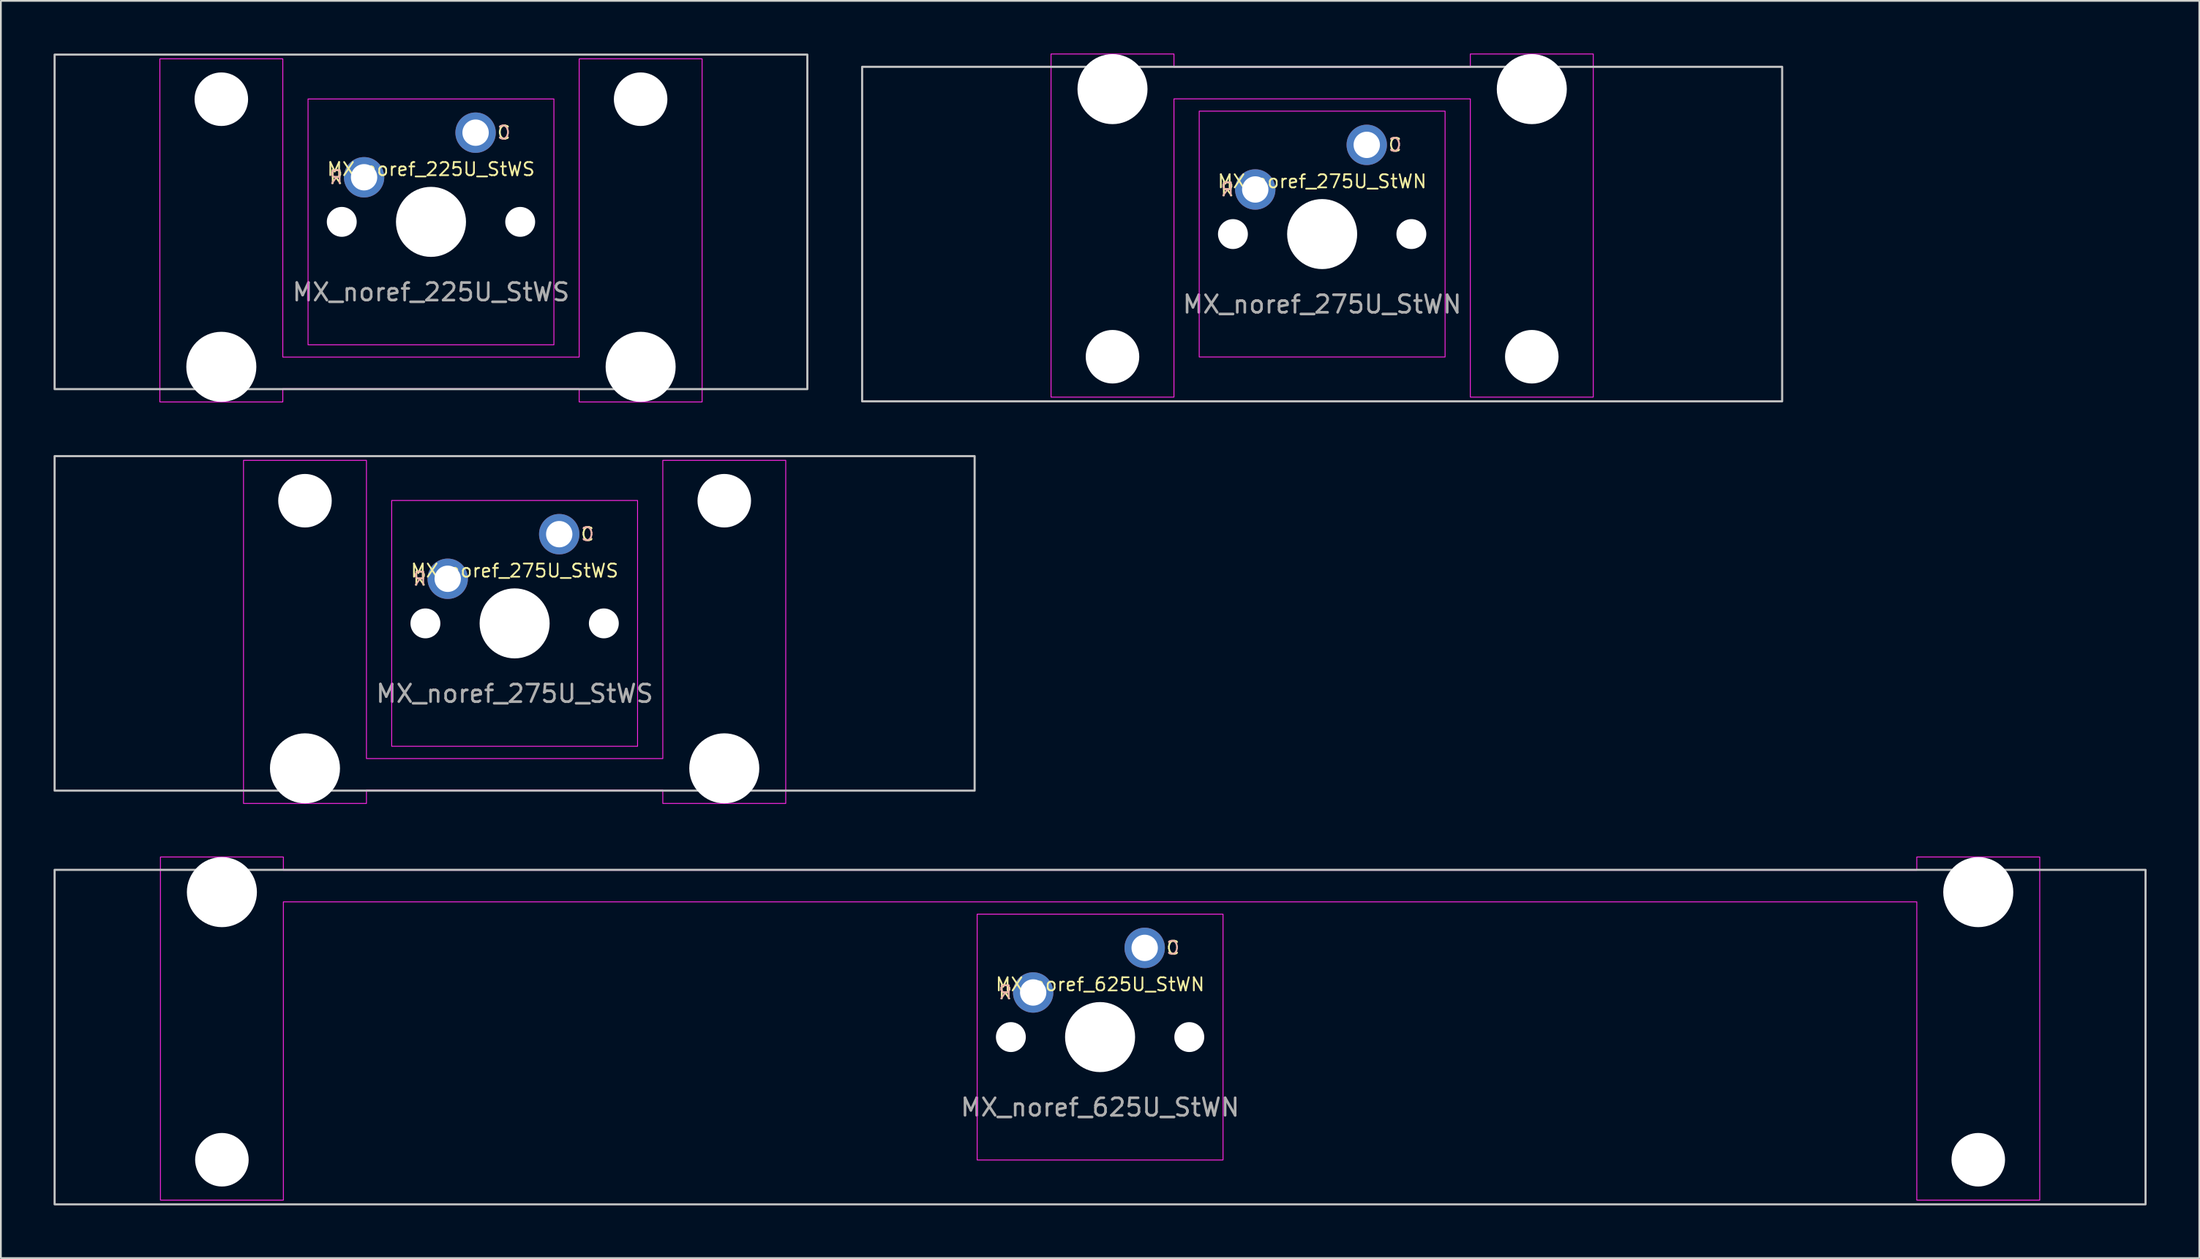
<source format=kicad_pcb>
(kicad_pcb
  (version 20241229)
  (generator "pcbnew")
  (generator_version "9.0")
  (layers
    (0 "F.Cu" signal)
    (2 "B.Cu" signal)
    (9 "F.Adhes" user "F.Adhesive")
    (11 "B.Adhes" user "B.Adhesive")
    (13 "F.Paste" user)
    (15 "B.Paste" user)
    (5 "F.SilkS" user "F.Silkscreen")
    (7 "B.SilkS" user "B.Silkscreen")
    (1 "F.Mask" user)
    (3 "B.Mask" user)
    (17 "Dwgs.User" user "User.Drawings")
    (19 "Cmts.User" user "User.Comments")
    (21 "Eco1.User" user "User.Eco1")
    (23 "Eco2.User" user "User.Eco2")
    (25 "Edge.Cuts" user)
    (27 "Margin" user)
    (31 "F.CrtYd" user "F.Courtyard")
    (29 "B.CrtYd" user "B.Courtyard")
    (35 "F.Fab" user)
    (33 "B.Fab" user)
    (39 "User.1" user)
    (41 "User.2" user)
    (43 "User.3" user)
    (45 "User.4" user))
  (footprint "MX_noref_225U_StWS"
    (layer "F.Cu")
    (at 21.491 9.585)
    (property "Reference" "MX_noref_225U_StWS" (at 0 -3 0) (unlocked yes) (layer "F.SilkS") (effects (font (size 0.75 0.75) (thickness 0.1))))
    (attr through_hole)
    (fp_rect (start -21.431 -9.525) (end 21.431 9.525) (stroke (width 0.12) (type solid)) (fill no) (layer "Dwgs.User"))
    (fp_rect (start -7 -7) (end 7 7) (stroke (width 0.05) (type solid)) (fill no) (layer "F.CrtYd"))
    (fp_poly (pts (xy -8.438 7.7) (xy 8.438 7.7) (xy 8.438 -9.285) (xy 15.438 -9.285) (xy 15.438 10.255) (xy 8.438 10.255) (xy 8.438 9.5) (xy -8.438 9.5) (xy -8.438 10.255) (xy -15.438 10.255) (xy -15.438 -9.285) (xy -8.438 -9.285)) (stroke (width 0.05) (type solid)) (fill no) (layer "F.CrtYd"))
    (fp_text user "R" (at -5.4 -2.54 0) (unlocked yes) (layer "F.SilkS") (effects (font (size 0.75 0.75) (thickness 0.1))))
    (fp_text user "C" (at 4.15 -5.08 0) (unlocked yes) (layer "F.SilkS") (effects (font (size 0.75 0.75) (thickness 0.1))))
    (fp_text user "C" (at 4.15 -5.08 0) (unlocked yes) (layer "B.SilkS") (effects (font (size 0.75 0.75) (thickness 0.1)) (justify mirror)))
    (fp_text user "R" (at -5.4 -2.54 0) (unlocked yes) (layer "B.SilkS") (effects (font (size 0.75 0.75) (thickness 0.1)) (justify mirror)))
    (fp_text user "${REFERENCE}" (at 0 4 0) (unlocked yes) (layer "F.Fab") (effects (font (size 1 1) (thickness 0.15))))
    (pad "" np_thru_hole circle (at -11.938 -6.985) (size 3.048 3.048) (drill 3.048) (layers "*.Cu" "*.Mask"))
    (pad "" np_thru_hole circle (at -11.938 8.255) (size 3.988 3.988) (drill 3.988) (layers "*.Cu" "*.Mask"))
    (pad "" np_thru_hole circle (at -5.08 0) (size 1.702 1.702) (drill 1.702) (layers "*.Cu" "*.Mask"))
    (pad "" np_thru_hole circle (at 0 0) (size 3.988 3.988) (drill 3.988) (layers "*.Cu" "*.Mask"))
    (pad "" np_thru_hole circle (at 5.08 0) (size 1.702 1.702) (drill 1.702) (layers "*.Cu" "*.Mask"))
    (pad "" np_thru_hole circle (at 11.938 -6.985) (size 3.048 3.048) (drill 3.048) (layers "*.Cu" "*.Mask"))
    (pad "" np_thru_hole circle (at 11.938 8.255) (size 3.988 3.988) (drill 3.988) (layers "*.Cu" "*.Mask"))
    (pad "1" thru_hole circle (at 2.54 -5.08) (size 2.3 2.3) (drill 1.5) (layers "*.Cu" "*.Mask"))
    (pad "2" thru_hole circle (at -3.81 -2.54) (size 2.3 2.3) (drill 1.5) (layers "*.Cu" "*.Mask")))
  (footprint "MX_noref_625U_StWN"
    (layer "F.Cu")
    (at 59.591 56.01)
    (property "Reference" "MX_noref_625U_StWN" (at 0 -3 0) (unlocked yes) (layer "F.SilkS") (effects (font (size 0.75 0.75) (thickness 0.1))))
    (attr through_hole)
    (fp_rect (start -59.531 -9.525) (end 59.531 9.525) (stroke (width 0.12) (type solid)) (fill no) (layer "Dwgs.User"))
    (fp_rect (start -7 -7) (end 7 7) (stroke (width 0.05) (type solid)) (fill no) (layer "F.CrtYd"))
    (fp_poly (pts (xy 46.506 -7.7) (xy -46.506 -7.7) (xy -46.506 9.285) (xy -53.506 9.285) (xy -53.506 -10.255) (xy -46.506 -10.255) (xy -46.506 -9.5) (xy 46.506 -9.5) (xy 46.506 -10.255) (xy 53.506 -10.255) (xy 53.506 9.285) (xy 46.506 9.285)) (stroke (width 0.05) (type solid)) (fill no) (layer "F.CrtYd"))
    (fp_text user "C" (at 4.15 -5.08 0) (unlocked yes) (layer "F.SilkS") (effects (font (size 0.75 0.75) (thickness 0.1))))
    (fp_text user "R" (at -5.4 -2.54 0) (unlocked yes) (layer "F.SilkS") (effects (font (size 0.75 0.75) (thickness 0.1))))
    (fp_text user "C" (at 4.15 -5.08 0) (unlocked yes) (layer "B.SilkS") (effects (font (size 0.75 0.75) (thickness 0.1)) (justify mirror)))
    (fp_text user "R" (at -5.4 -2.54 0) (unlocked yes) (layer "B.SilkS") (effects (font (size 0.75 0.75) (thickness 0.1)) (justify mirror)))
    (fp_text user "${REFERENCE}" (at 0 4 0) (unlocked yes) (layer "F.Fab") (effects (font (size 1 1) (thickness 0.15))))
    (pad "" np_thru_hole circle (at -50.006 -8.255 180) (size 3.988 3.988) (drill 3.988) (layers "*.Cu" "*.Mask"))
    (pad "" np_thru_hole circle (at -50.006 6.985 180) (size 3.048 3.048) (drill 3.048) (layers "*.Cu" "*.Mask"))
    (pad "" np_thru_hole circle (at -5.08 0) (size 1.702 1.702) (drill 1.702) (layers "*.Cu" "*.Mask"))
    (pad "" np_thru_hole circle (at 0 0) (size 3.988 3.988) (drill 3.988) (layers "*.Cu" "*.Mask"))
    (pad "" np_thru_hole circle (at 5.08 0) (size 1.702 1.702) (drill 1.702) (layers "*.Cu" "*.Mask"))
    (pad "" np_thru_hole circle (at 50.006 -8.255 180) (size 3.988 3.988) (drill 3.988) (layers "*.Cu" "*.Mask"))
    (pad "" np_thru_hole circle (at 50.006 6.985 180) (size 3.048 3.048) (drill 3.048) (layers "*.Cu" "*.Mask"))
    (pad "1" thru_hole circle (at 2.54 -5.08) (size 2.3 2.3) (drill 1.5) (layers "*.Cu" "*.Mask"))
    (pad "2" thru_hole circle (at -3.81 -2.54) (size 2.3 2.3) (drill 1.5) (layers "*.Cu" "*.Mask")))
  (footprint "MX_noref_275U_StWS"
    (layer "F.Cu")
    (at 26.254 32.45)
    (property "Reference" "MX_noref_275U_StWS" (at 0 -3 0) (unlocked yes) (layer "F.SilkS") (effects (font (size 0.75 0.75) (thickness 0.1))))
    (attr through_hole)
    (fp_rect (start -26.194 -9.525) (end 26.194 9.525) (stroke (width 0.12) (type solid)) (fill no) (layer "Dwgs.User"))
    (fp_rect (start -7 -7) (end 7 7) (stroke (width 0.05) (type solid)) (fill no) (layer "F.CrtYd"))
    (fp_poly (pts (xy -8.438 7.7) (xy 8.438 7.7) (xy 8.438 -9.285) (xy 15.438 -9.285) (xy 15.438 10.255) (xy 8.438 10.255) (xy 8.438 9.5) (xy -8.438 9.5) (xy -8.438 10.255) (xy -15.438 10.255) (xy -15.438 -9.285) (xy -8.438 -9.285)) (stroke (width 0.05) (type solid)) (fill no) (layer "F.CrtYd"))
    (fp_text user "C" (at 4.15 -5.08 0) (unlocked yes) (layer "F.SilkS") (effects (font (size 0.75 0.75) (thickness 0.1))))
    (fp_text user "R" (at -5.4 -2.54 0) (unlocked yes) (layer "F.SilkS") (effects (font (size 0.75 0.75) (thickness 0.1))))
    (fp_text user "C" (at 4.15 -5.08 0) (unlocked yes) (layer "B.SilkS") (effects (font (size 0.75 0.75) (thickness 0.1)) (justify mirror)))
    (fp_text user "R" (at -5.4 -2.54 0) (unlocked yes) (layer "B.SilkS") (effects (font (size 0.75 0.75) (thickness 0.1)) (justify mirror)))
    (fp_text user "${REFERENCE}" (at 0 4 0) (unlocked yes) (layer "F.Fab") (effects (font (size 1 1) (thickness 0.15))))
    (pad "" np_thru_hole circle (at -11.938 -6.985) (size 3.048 3.048) (drill 3.048) (layers "*.Cu" "*.Mask"))
    (pad "" np_thru_hole circle (at -11.938 8.255) (size 3.988 3.988) (drill 3.988) (layers "*.Cu" "*.Mask"))
    (pad "" np_thru_hole circle (at -5.08 0) (size 1.702 1.702) (drill 1.702) (layers "*.Cu" "*.Mask"))
    (pad "" np_thru_hole circle (at 0 0) (size 3.988 3.988) (drill 3.988) (layers "*.Cu" "*.Mask"))
    (pad "" np_thru_hole circle (at 5.08 0) (size 1.702 1.702) (drill 1.702) (layers "*.Cu" "*.Mask"))
    (pad "" np_thru_hole circle (at 11.938 -6.985) (size 3.048 3.048) (drill 3.048) (layers "*.Cu" "*.Mask"))
    (pad "" np_thru_hole circle (at 11.938 8.255) (size 3.988 3.988) (drill 3.988) (layers "*.Cu" "*.Mask"))
    (pad "1" thru_hole circle (at 2.54 -5.08) (size 2.3 2.3) (drill 1.5) (layers "*.Cu" "*.Mask"))
    (pad "2" thru_hole circle (at -3.81 -2.54) (size 2.3 2.3) (drill 1.5) (layers "*.Cu" "*.Mask")))
  (footprint "MX_noref_275U_StWN"
    (layer "F.Cu")
    (at 72.236 10.28)
    (property "Reference" "MX_noref_275U_StWN" (at 0 -3 0) (unlocked yes) (layer "F.SilkS") (effects (font (size 0.75 0.75) (thickness 0.1))))
    (attr through_hole)
    (fp_rect (start -26.194 -9.525) (end 26.194 9.525) (stroke (width 0.12) (type solid)) (fill no) (layer "Dwgs.User"))
    (fp_rect (start -7 -7) (end 7 7) (stroke (width 0.05) (type solid)) (fill no) (layer "F.CrtYd"))
    (fp_poly (pts (xy 8.438 -7.7) (xy -8.438 -7.7) (xy -8.438 9.285) (xy -15.438 9.285) (xy -15.438 -10.255) (xy -8.438 -10.255) (xy -8.438 -9.5) (xy 8.438 -9.5) (xy 8.438 -10.255) (xy 15.438 -10.255) (xy 15.438 9.285) (xy 8.438 9.285)) (stroke (width 0.05) (type solid)) (fill no) (layer "F.CrtYd"))
    (fp_text user "R" (at -5.4 -2.54 0) (unlocked yes) (layer "F.SilkS") (effects (font (size 0.75 0.75) (thickness 0.1))))
    (fp_text user "C" (at 4.15 -5.08 0) (unlocked yes) (layer "F.SilkS") (effects (font (size 0.75 0.75) (thickness 0.1))))
    (fp_text user "R" (at -5.4 -2.54 0) (unlocked yes) (layer "B.SilkS") (effects (font (size 0.75 0.75) (thickness 0.1)) (justify mirror)))
    (fp_text user "C" (at 4.15 -5.08 0) (unlocked yes) (layer "B.SilkS") (effects (font (size 0.75 0.75) (thickness 0.1)) (justify mirror)))
    (fp_text user "${REFERENCE}" (at 0 4 0) (unlocked yes) (layer "F.Fab") (effects (font (size 1 1) (thickness 0.15))))
    (pad "" np_thru_hole circle (at -11.938 -8.255 180) (size 3.988 3.988) (drill 3.988) (layers "*.Cu" "*.Mask"))
    (pad "" np_thru_hole circle (at -11.938 6.985 180) (size 3.048 3.048) (drill 3.048) (layers "*.Cu" "*.Mask"))
    (pad "" np_thru_hole circle (at -5.08 0) (size 1.702 1.702) (drill 1.702) (layers "*.Cu" "*.Mask"))
    (pad "" np_thru_hole circle (at 0 0) (size 3.988 3.988) (drill 3.988) (layers "*.Cu" "*.Mask"))
    (pad "" np_thru_hole circle (at 5.08 0) (size 1.702 1.702) (drill 1.702) (layers "*.Cu" "*.Mask"))
    (pad "" np_thru_hole circle (at 11.938 -8.255 180) (size 3.988 3.988) (drill 3.988) (layers "*.Cu" "*.Mask"))
    (pad "" np_thru_hole circle (at 11.938 6.985 180) (size 3.048 3.048) (drill 3.048) (layers "*.Cu" "*.Mask"))
    (pad "1" thru_hole circle (at 2.54 -5.08) (size 2.3 2.3) (drill 1.5) (layers "*.Cu" "*.Mask"))
    (pad "2" thru_hole circle (at -3.81 -2.54) (size 2.3 2.3) (drill 1.5) (layers "*.Cu" "*.Mask")))
  (gr_rect
    (start -3 -3)
    (end 122.183 68.595)
    (stroke (width 0.1) (type default))
    (fill no)
    (layer "Edge.Cuts")))
</source>
